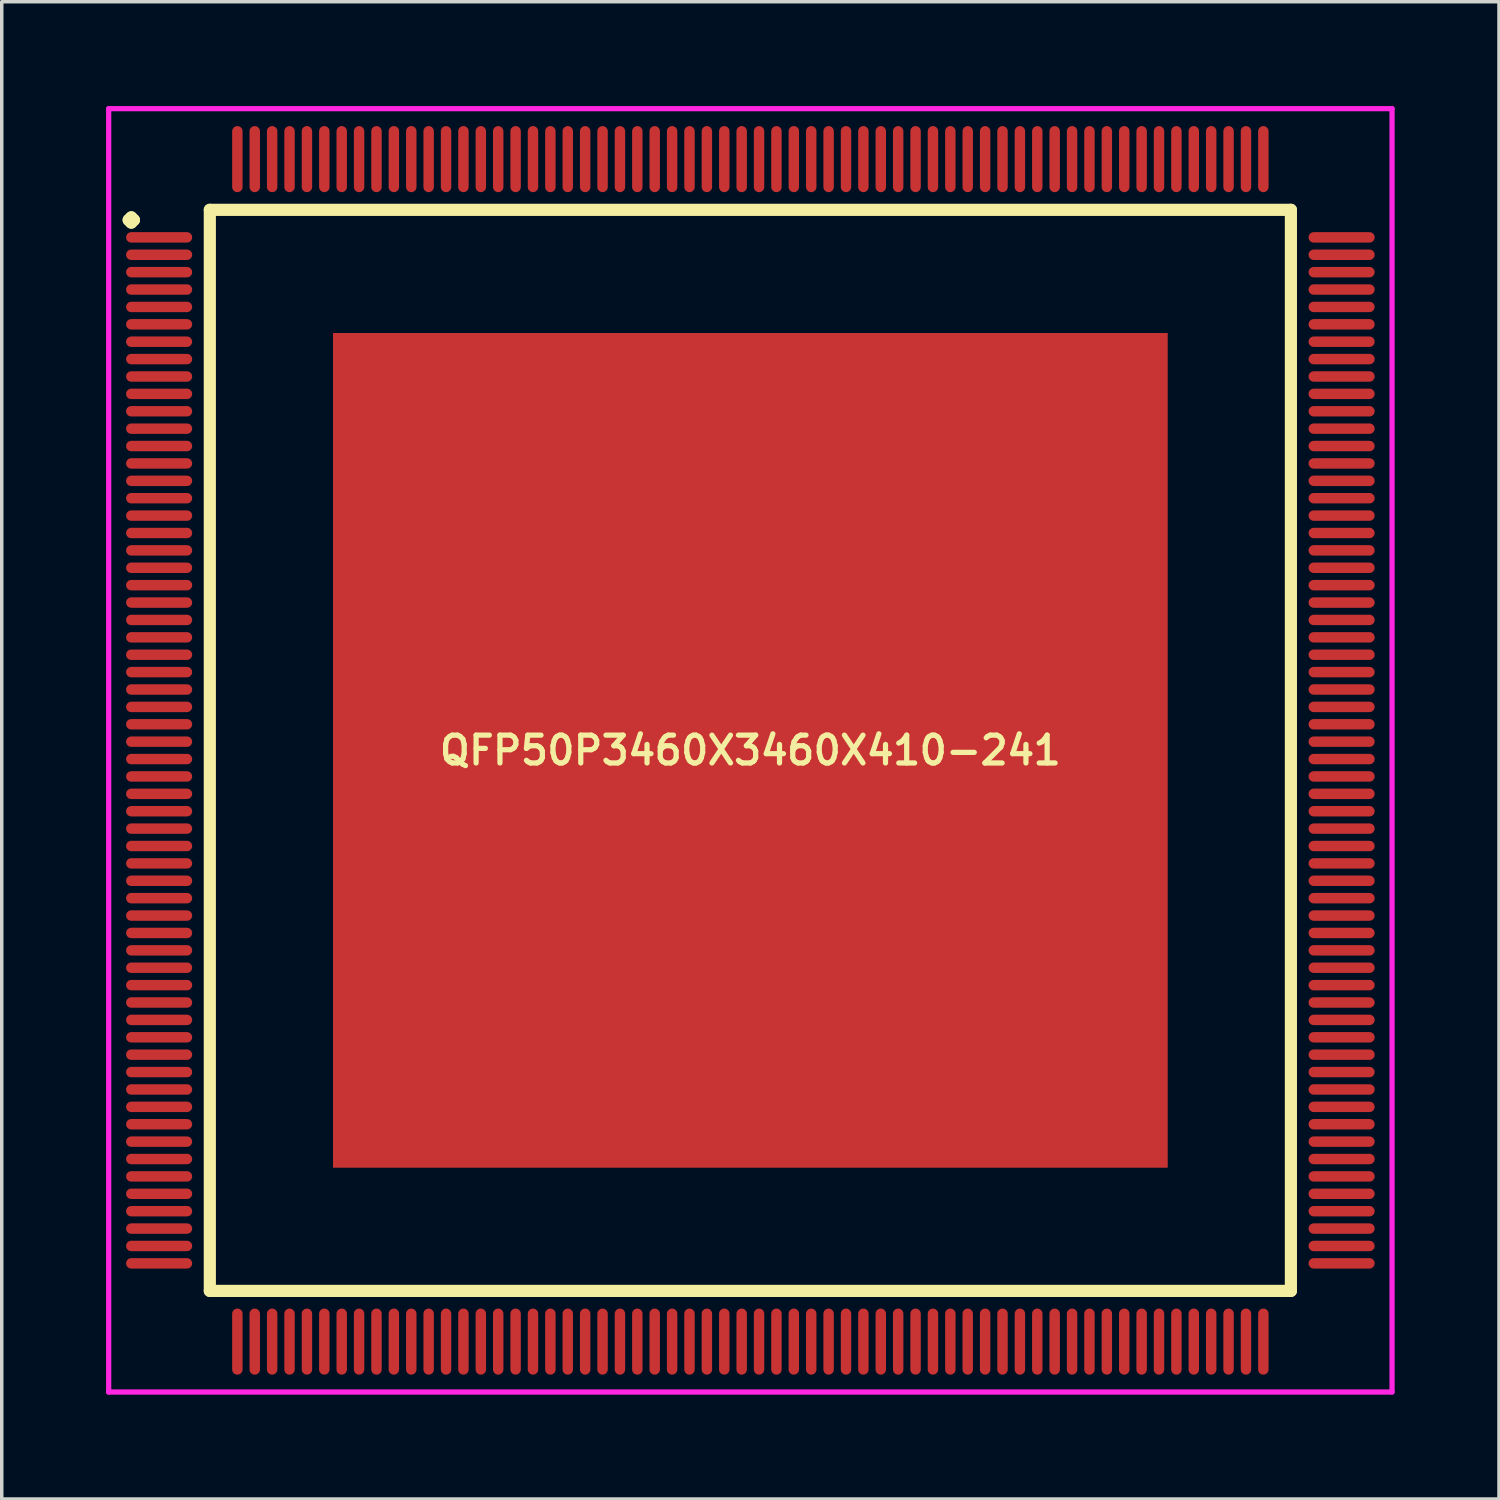
<source format=kicad_pcb>
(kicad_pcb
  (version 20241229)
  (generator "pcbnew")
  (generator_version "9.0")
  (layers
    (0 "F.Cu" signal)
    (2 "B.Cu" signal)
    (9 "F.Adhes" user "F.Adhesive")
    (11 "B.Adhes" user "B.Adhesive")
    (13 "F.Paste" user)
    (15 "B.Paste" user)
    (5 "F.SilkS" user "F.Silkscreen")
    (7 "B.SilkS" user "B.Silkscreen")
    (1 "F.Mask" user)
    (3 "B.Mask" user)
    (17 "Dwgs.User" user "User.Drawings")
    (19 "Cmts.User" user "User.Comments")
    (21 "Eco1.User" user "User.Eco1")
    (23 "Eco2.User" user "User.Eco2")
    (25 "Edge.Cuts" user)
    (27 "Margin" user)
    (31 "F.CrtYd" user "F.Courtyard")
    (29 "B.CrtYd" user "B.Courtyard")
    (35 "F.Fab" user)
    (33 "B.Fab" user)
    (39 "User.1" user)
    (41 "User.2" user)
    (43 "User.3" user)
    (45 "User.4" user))
  (footprint "QFP50P3460X3460X410-241"
    (layer "F.Cu")
    (at 18.525 18.525)
    (property "Reference" "QFP50P3460X3460X410-241" (at 0 0 0) (layer "F.SilkS") (effects (font (size 0.8 0.8) (thickness 0.15))))
    (attr smd)
    (fp_line (start -17.875 -15.25) (end -17.8 -15.325) (stroke (width 0.35) (type solid)) (layer "F.SilkS"))
    (fp_line (start -17.8 -15.325) (end -17.725 -15.25) (stroke (width 0.35) (type solid)) (layer "F.SilkS"))
    (fp_line (start -17.8 -15.175) (end -17.875 -15.25) (stroke (width 0.35) (type solid)) (layer "F.SilkS"))
    (fp_line (start -17.725 -15.25) (end -17.8 -15.175) (stroke (width 0.35) (type solid)) (layer "F.SilkS"))
    (fp_line (start -15.542 -15.542) (end -15.542 15.542) (stroke (width 0.35) (type solid)) (layer "F.SilkS"))
    (fp_line (start -15.542 15.542) (end 15.542 15.542) (stroke (width 0.35) (type solid)) (layer "F.SilkS"))
    (fp_line (start 15.542 -15.542) (end -15.542 -15.542) (stroke (width 0.35) (type solid)) (layer "F.SilkS"))
    (fp_line (start 15.542 15.542) (end 15.542 -15.542) (stroke (width 0.35) (type solid)) (layer "F.SilkS"))
    (fp_line (start -18.45 -18.45) (end 18.45 -18.45) (stroke (width 0.15) (type solid)) (layer "F.CrtYd"))
    (fp_line (start -18.45 18.45) (end -18.45 -18.45) (stroke (width 0.15) (type solid)) (layer "F.CrtYd"))
    (fp_line (start 18.45 -18.45) (end 18.45 18.45) (stroke (width 0.15) (type solid)) (layer "F.CrtYd"))
    (fp_line (start 18.45 18.45) (end -18.45 18.45) (stroke (width 0.15) (type solid)) (layer "F.CrtYd"))
    (pad "1" smd oval (at -17 -14.75) (size 1.9 0.3) (layers "F.Cu" "F.Mask" "F.Paste"))
    (pad "2" smd oval (at -17 -14.25) (size 1.9 0.3) (layers "F.Cu" "F.Mask" "F.Paste"))
    (pad "3" smd oval (at -17 -13.75) (size 1.9 0.3) (layers "F.Cu" "F.Mask" "F.Paste"))
    (pad "4" smd oval (at -17 -13.25) (size 1.9 0.3) (layers "F.Cu" "F.Mask" "F.Paste"))
    (pad "5" smd oval (at -17 -12.75) (size 1.9 0.3) (layers "F.Cu" "F.Mask" "F.Paste"))
    (pad "6" smd oval (at -17 -12.25) (size 1.9 0.3) (layers "F.Cu" "F.Mask" "F.Paste"))
    (pad "7" smd oval (at -17 -11.75) (size 1.9 0.3) (layers "F.Cu" "F.Mask" "F.Paste"))
    (pad "8" smd oval (at -17 -11.25) (size 1.9 0.3) (layers "F.Cu" "F.Mask" "F.Paste"))
    (pad "9" smd oval (at -17 -10.75) (size 1.9 0.3) (layers "F.Cu" "F.Mask" "F.Paste"))
    (pad "10" smd oval (at -17 -10.25) (size 1.9 0.3) (layers "F.Cu" "F.Mask" "F.Paste"))
    (pad "11" smd oval (at -17 -9.75) (size 1.9 0.3) (layers "F.Cu" "F.Mask" "F.Paste"))
    (pad "12" smd oval (at -17 -9.25) (size 1.9 0.3) (layers "F.Cu" "F.Mask" "F.Paste"))
    (pad "13" smd oval (at -17 -8.75) (size 1.9 0.3) (layers "F.Cu" "F.Mask" "F.Paste"))
    (pad "14" smd oval (at -17 -8.25) (size 1.9 0.3) (layers "F.Cu" "F.Mask" "F.Paste"))
    (pad "15" smd oval (at -17 -7.75) (size 1.9 0.3) (layers "F.Cu" "F.Mask" "F.Paste"))
    (pad "16" smd oval (at -17 -7.25) (size 1.9 0.3) (layers "F.Cu" "F.Mask" "F.Paste"))
    (pad "17" smd oval (at -17 -6.75) (size 1.9 0.3) (layers "F.Cu" "F.Mask" "F.Paste"))
    (pad "18" smd oval (at -17 -6.25) (size 1.9 0.3) (layers "F.Cu" "F.Mask" "F.Paste"))
    (pad "19" smd oval (at -17 -5.75) (size 1.9 0.3) (layers "F.Cu" "F.Mask" "F.Paste"))
    (pad "20" smd oval (at -17 -5.25) (size 1.9 0.3) (layers "F.Cu" "F.Mask" "F.Paste"))
    (pad "21" smd oval (at -17 -4.75) (size 1.9 0.3) (layers "F.Cu" "F.Mask" "F.Paste"))
    (pad "22" smd oval (at -17 -4.25) (size 1.9 0.3) (layers "F.Cu" "F.Mask" "F.Paste"))
    (pad "23" smd oval (at -17 -3.75) (size 1.9 0.3) (layers "F.Cu" "F.Mask" "F.Paste"))
    (pad "24" smd oval (at -17 -3.25) (size 1.9 0.3) (layers "F.Cu" "F.Mask" "F.Paste"))
    (pad "25" smd oval (at -17 -2.75) (size 1.9 0.3) (layers "F.Cu" "F.Mask" "F.Paste"))
    (pad "26" smd oval (at -17 -2.25) (size 1.9 0.3) (layers "F.Cu" "F.Mask" "F.Paste"))
    (pad "27" smd oval (at -17 -1.75) (size 1.9 0.3) (layers "F.Cu" "F.Mask" "F.Paste"))
    (pad "28" smd oval (at -17 -1.25) (size 1.9 0.3) (layers "F.Cu" "F.Mask" "F.Paste"))
    (pad "29" smd oval (at -17 -0.75) (size 1.9 0.3) (layers "F.Cu" "F.Mask" "F.Paste"))
    (pad "30" smd oval (at -17 -0.25) (size 1.9 0.3) (layers "F.Cu" "F.Mask" "F.Paste"))
    (pad "31" smd oval (at -17 0.25) (size 1.9 0.3) (layers "F.Cu" "F.Mask" "F.Paste"))
    (pad "32" smd oval (at -17 0.75) (size 1.9 0.3) (layers "F.Cu" "F.Mask" "F.Paste"))
    (pad "33" smd oval (at -17 1.25) (size 1.9 0.3) (layers "F.Cu" "F.Mask" "F.Paste"))
    (pad "34" smd oval (at -17 1.75) (size 1.9 0.3) (layers "F.Cu" "F.Mask" "F.Paste"))
    (pad "35" smd oval (at -17 2.25) (size 1.9 0.3) (layers "F.Cu" "F.Mask" "F.Paste"))
    (pad "36" smd oval (at -17 2.75) (size 1.9 0.3) (layers "F.Cu" "F.Mask" "F.Paste"))
    (pad "37" smd oval (at -17 3.25) (size 1.9 0.3) (layers "F.Cu" "F.Mask" "F.Paste"))
    (pad "38" smd oval (at -17 3.75) (size 1.9 0.3) (layers "F.Cu" "F.Mask" "F.Paste"))
    (pad "39" smd oval (at -17 4.25) (size 1.9 0.3) (layers "F.Cu" "F.Mask" "F.Paste"))
    (pad "40" smd oval (at -17 4.75) (size 1.9 0.3) (layers "F.Cu" "F.Mask" "F.Paste"))
    (pad "41" smd oval (at -17 5.25) (size 1.9 0.3) (layers "F.Cu" "F.Mask" "F.Paste"))
    (pad "42" smd oval (at -17 5.75) (size 1.9 0.3) (layers "F.Cu" "F.Mask" "F.Paste"))
    (pad "43" smd oval (at -17 6.25) (size 1.9 0.3) (layers "F.Cu" "F.Mask" "F.Paste"))
    (pad "44" smd oval (at -17 6.75) (size 1.9 0.3) (layers "F.Cu" "F.Mask" "F.Paste"))
    (pad "45" smd oval (at -17 7.25) (size 1.9 0.3) (layers "F.Cu" "F.Mask" "F.Paste"))
    (pad "46" smd oval (at -17 7.75) (size 1.9 0.3) (layers "F.Cu" "F.Mask" "F.Paste"))
    (pad "47" smd oval (at -17 8.25) (size 1.9 0.3) (layers "F.Cu" "F.Mask" "F.Paste"))
    (pad "48" smd oval (at -17 8.75) (size 1.9 0.3) (layers "F.Cu" "F.Mask" "F.Paste"))
    (pad "49" smd oval (at -17 9.25) (size 1.9 0.3) (layers "F.Cu" "F.Mask" "F.Paste"))
    (pad "50" smd oval (at -17 9.75) (size 1.9 0.3) (layers "F.Cu" "F.Mask" "F.Paste"))
    (pad "51" smd oval (at -17 10.25) (size 1.9 0.3) (layers "F.Cu" "F.Mask" "F.Paste"))
    (pad "52" smd oval (at -17 10.75) (size 1.9 0.3) (layers "F.Cu" "F.Mask" "F.Paste"))
    (pad "53" smd oval (at -17 11.25) (size 1.9 0.3) (layers "F.Cu" "F.Mask" "F.Paste"))
    (pad "54" smd oval (at -17 11.75) (size 1.9 0.3) (layers "F.Cu" "F.Mask" "F.Paste"))
    (pad "55" smd oval (at -17 12.25) (size 1.9 0.3) (layers "F.Cu" "F.Mask" "F.Paste"))
    (pad "56" smd oval (at -17 12.75) (size 1.9 0.3) (layers "F.Cu" "F.Mask" "F.Paste"))
    (pad "57" smd oval (at -17 13.25) (size 1.9 0.3) (layers "F.Cu" "F.Mask" "F.Paste"))
    (pad "58" smd oval (at -17 13.75) (size 1.9 0.3) (layers "F.Cu" "F.Mask" "F.Paste"))
    (pad "59" smd oval (at -17 14.25) (size 1.9 0.3) (layers "F.Cu" "F.Mask" "F.Paste"))
    (pad "60" smd oval (at -17 14.75) (size 1.9 0.3) (layers "F.Cu" "F.Mask" "F.Paste"))
    (pad "61" smd oval (at -14.75 17) (size 0.3 1.9) (layers "F.Cu" "F.Mask" "F.Paste"))
    (pad "62" smd oval (at -14.25 17) (size 0.3 1.9) (layers "F.Cu" "F.Mask" "F.Paste"))
    (pad "63" smd oval (at -13.75 17) (size 0.3 1.9) (layers "F.Cu" "F.Mask" "F.Paste"))
    (pad "64" smd oval (at -13.25 17) (size 0.3 1.9) (layers "F.Cu" "F.Mask" "F.Paste"))
    (pad "65" smd oval (at -12.75 17) (size 0.3 1.9) (layers "F.Cu" "F.Mask" "F.Paste"))
    (pad "66" smd oval (at -12.25 17) (size 0.3 1.9) (layers "F.Cu" "F.Mask" "F.Paste"))
    (pad "67" smd oval (at -11.75 17) (size 0.3 1.9) (layers "F.Cu" "F.Mask" "F.Paste"))
    (pad "68" smd oval (at -11.25 17) (size 0.3 1.9) (layers "F.Cu" "F.Mask" "F.Paste"))
    (pad "69" smd oval (at -10.75 17) (size 0.3 1.9) (layers "F.Cu" "F.Mask" "F.Paste"))
    (pad "70" smd oval (at -10.25 17) (size 0.3 1.9) (layers "F.Cu" "F.Mask" "F.Paste"))
    (pad "71" smd oval (at -9.75 17) (size 0.3 1.9) (layers "F.Cu" "F.Mask" "F.Paste"))
    (pad "72" smd oval (at -9.25 17) (size 0.3 1.9) (layers "F.Cu" "F.Mask" "F.Paste"))
    (pad "73" smd oval (at -8.75 17) (size 0.3 1.9) (layers "F.Cu" "F.Mask" "F.Paste"))
    (pad "74" smd oval (at -8.25 17) (size 0.3 1.9) (layers "F.Cu" "F.Mask" "F.Paste"))
    (pad "75" smd oval (at -7.75 17) (size 0.3 1.9) (layers "F.Cu" "F.Mask" "F.Paste"))
    (pad "76" smd oval (at -7.25 17) (size 0.3 1.9) (layers "F.Cu" "F.Mask" "F.Paste"))
    (pad "77" smd oval (at -6.75 17) (size 0.3 1.9) (layers "F.Cu" "F.Mask" "F.Paste"))
    (pad "78" smd oval (at -6.25 17) (size 0.3 1.9) (layers "F.Cu" "F.Mask" "F.Paste"))
    (pad "79" smd oval (at -5.75 17) (size 0.3 1.9) (layers "F.Cu" "F.Mask" "F.Paste"))
    (pad "80" smd oval (at -5.25 17) (size 0.3 1.9) (layers "F.Cu" "F.Mask" "F.Paste"))
    (pad "81" smd oval (at -4.75 17) (size 0.3 1.9) (layers "F.Cu" "F.Mask" "F.Paste"))
    (pad "82" smd oval (at -4.25 17) (size 0.3 1.9) (layers "F.Cu" "F.Mask" "F.Paste"))
    (pad "83" smd oval (at -3.75 17) (size 0.3 1.9) (layers "F.Cu" "F.Mask" "F.Paste"))
    (pad "84" smd oval (at -3.25 17) (size 0.3 1.9) (layers "F.Cu" "F.Mask" "F.Paste"))
    (pad "85" smd oval (at -2.75 17) (size 0.3 1.9) (layers "F.Cu" "F.Mask" "F.Paste"))
    (pad "86" smd oval (at -2.25 17) (size 0.3 1.9) (layers "F.Cu" "F.Mask" "F.Paste"))
    (pad "87" smd oval (at -1.75 17) (size 0.3 1.9) (layers "F.Cu" "F.Mask" "F.Paste"))
    (pad "88" smd oval (at -1.25 17) (size 0.3 1.9) (layers "F.Cu" "F.Mask" "F.Paste"))
    (pad "89" smd oval (at -0.75 17) (size 0.3 1.9) (layers "F.Cu" "F.Mask" "F.Paste"))
    (pad "90" smd oval (at -0.25 17) (size 0.3 1.9) (layers "F.Cu" "F.Mask" "F.Paste"))
    (pad "91" smd oval (at 0.25 17) (size 0.3 1.9) (layers "F.Cu" "F.Mask" "F.Paste"))
    (pad "92" smd oval (at 0.75 17) (size 0.3 1.9) (layers "F.Cu" "F.Mask" "F.Paste"))
    (pad "93" smd oval (at 1.25 17) (size 0.3 1.9) (layers "F.Cu" "F.Mask" "F.Paste"))
    (pad "94" smd oval (at 1.75 17) (size 0.3 1.9) (layers "F.Cu" "F.Mask" "F.Paste"))
    (pad "95" smd oval (at 2.25 17) (size 0.3 1.9) (layers "F.Cu" "F.Mask" "F.Paste"))
    (pad "96" smd oval (at 2.75 17) (size 0.3 1.9) (layers "F.Cu" "F.Mask" "F.Paste"))
    (pad "97" smd oval (at 3.25 17) (size 0.3 1.9) (layers "F.Cu" "F.Mask" "F.Paste"))
    (pad "98" smd oval (at 3.75 17) (size 0.3 1.9) (layers "F.Cu" "F.Mask" "F.Paste"))
    (pad "99" smd oval (at 4.25 17) (size 0.3 1.9) (layers "F.Cu" "F.Mask" "F.Paste"))
    (pad "100" smd oval (at 4.75 17) (size 0.3 1.9) (layers "F.Cu" "F.Mask" "F.Paste"))
    (pad "101" smd oval (at 5.25 17) (size 0.3 1.9) (layers "F.Cu" "F.Mask" "F.Paste"))
    (pad "102" smd oval (at 5.75 17) (size 0.3 1.9) (layers "F.Cu" "F.Mask" "F.Paste"))
    (pad "103" smd oval (at 6.25 17) (size 0.3 1.9) (layers "F.Cu" "F.Mask" "F.Paste"))
    (pad "104" smd oval (at 6.75 17) (size 0.3 1.9) (layers "F.Cu" "F.Mask" "F.Paste"))
    (pad "105" smd oval (at 7.25 17) (size 0.3 1.9) (layers "F.Cu" "F.Mask" "F.Paste"))
    (pad "106" smd oval (at 7.75 17) (size 0.3 1.9) (layers "F.Cu" "F.Mask" "F.Paste"))
    (pad "107" smd oval (at 8.25 17) (size 0.3 1.9) (layers "F.Cu" "F.Mask" "F.Paste"))
    (pad "108" smd oval (at 8.75 17) (size 0.3 1.9) (layers "F.Cu" "F.Mask" "F.Paste"))
    (pad "109" smd oval (at 9.25 17) (size 0.3 1.9) (layers "F.Cu" "F.Mask" "F.Paste"))
    (pad "110" smd oval (at 9.75 17) (size 0.3 1.9) (layers "F.Cu" "F.Mask" "F.Paste"))
    (pad "111" smd oval (at 10.25 17) (size 0.3 1.9) (layers "F.Cu" "F.Mask" "F.Paste"))
    (pad "112" smd oval (at 10.75 17) (size 0.3 1.9) (layers "F.Cu" "F.Mask" "F.Paste"))
    (pad "113" smd oval (at 11.25 17) (size 0.3 1.9) (layers "F.Cu" "F.Mask" "F.Paste"))
    (pad "114" smd oval (at 11.75 17) (size 0.3 1.9) (layers "F.Cu" "F.Mask" "F.Paste"))
    (pad "115" smd oval (at 12.25 17) (size 0.3 1.9) (layers "F.Cu" "F.Mask" "F.Paste"))
    (pad "116" smd oval (at 12.75 17) (size 0.3 1.9) (layers "F.Cu" "F.Mask" "F.Paste"))
    (pad "117" smd oval (at 13.25 17) (size 0.3 1.9) (layers "F.Cu" "F.Mask" "F.Paste"))
    (pad "118" smd oval (at 13.75 17) (size 0.3 1.9) (layers "F.Cu" "F.Mask" "F.Paste"))
    (pad "119" smd oval (at 14.25 17) (size 0.3 1.9) (layers "F.Cu" "F.Mask" "F.Paste"))
    (pad "120" smd oval (at 14.75 17) (size 0.3 1.9) (layers "F.Cu" "F.Mask" "F.Paste"))
    (pad "121" smd oval (at 17 14.75) (size 1.9 0.3) (layers "F.Cu" "F.Mask" "F.Paste"))
    (pad "122" smd oval (at 17 14.25) (size 1.9 0.3) (layers "F.Cu" "F.Mask" "F.Paste"))
    (pad "123" smd oval (at 17 13.75) (size 1.9 0.3) (layers "F.Cu" "F.Mask" "F.Paste"))
    (pad "124" smd oval (at 17 13.25) (size 1.9 0.3) (layers "F.Cu" "F.Mask" "F.Paste"))
    (pad "125" smd oval (at 17 12.75) (size 1.9 0.3) (layers "F.Cu" "F.Mask" "F.Paste"))
    (pad "126" smd oval (at 17 12.25) (size 1.9 0.3) (layers "F.Cu" "F.Mask" "F.Paste"))
    (pad "127" smd oval (at 17 11.75) (size 1.9 0.3) (layers "F.Cu" "F.Mask" "F.Paste"))
    (pad "128" smd oval (at 17 11.25) (size 1.9 0.3) (layers "F.Cu" "F.Mask" "F.Paste"))
    (pad "129" smd oval (at 17 10.75) (size 1.9 0.3) (layers "F.Cu" "F.Mask" "F.Paste"))
    (pad "130" smd oval (at 17 10.25) (size 1.9 0.3) (layers "F.Cu" "F.Mask" "F.Paste"))
    (pad "131" smd oval (at 17 9.75) (size 1.9 0.3) (layers "F.Cu" "F.Mask" "F.Paste"))
    (pad "132" smd oval (at 17 9.25) (size 1.9 0.3) (layers "F.Cu" "F.Mask" "F.Paste"))
    (pad "133" smd oval (at 17 8.75) (size 1.9 0.3) (layers "F.Cu" "F.Mask" "F.Paste"))
    (pad "134" smd oval (at 17 8.25) (size 1.9 0.3) (layers "F.Cu" "F.Mask" "F.Paste"))
    (pad "135" smd oval (at 17 7.75) (size 1.9 0.3) (layers "F.Cu" "F.Mask" "F.Paste"))
    (pad "136" smd oval (at 17 7.25) (size 1.9 0.3) (layers "F.Cu" "F.Mask" "F.Paste"))
    (pad "137" smd oval (at 17 6.75) (size 1.9 0.3) (layers "F.Cu" "F.Mask" "F.Paste"))
    (pad "138" smd oval (at 17 6.25) (size 1.9 0.3) (layers "F.Cu" "F.Mask" "F.Paste"))
    (pad "139" smd oval (at 17 5.75) (size 1.9 0.3) (layers "F.Cu" "F.Mask" "F.Paste"))
    (pad "140" smd oval (at 17 5.25) (size 1.9 0.3) (layers "F.Cu" "F.Mask" "F.Paste"))
    (pad "141" smd oval (at 17 4.75) (size 1.9 0.3) (layers "F.Cu" "F.Mask" "F.Paste"))
    (pad "142" smd oval (at 17 4.25) (size 1.9 0.3) (layers "F.Cu" "F.Mask" "F.Paste"))
    (pad "143" smd oval (at 17 3.75) (size 1.9 0.3) (layers "F.Cu" "F.Mask" "F.Paste"))
    (pad "144" smd oval (at 17 3.25) (size 1.9 0.3) (layers "F.Cu" "F.Mask" "F.Paste"))
    (pad "145" smd oval (at 17 2.75) (size 1.9 0.3) (layers "F.Cu" "F.Mask" "F.Paste"))
    (pad "146" smd oval (at 17 2.25) (size 1.9 0.3) (layers "F.Cu" "F.Mask" "F.Paste"))
    (pad "147" smd oval (at 17 1.75) (size 1.9 0.3) (layers "F.Cu" "F.Mask" "F.Paste"))
    (pad "148" smd oval (at 17 1.25) (size 1.9 0.3) (layers "F.Cu" "F.Mask" "F.Paste"))
    (pad "149" smd oval (at 17 0.75) (size 1.9 0.3) (layers "F.Cu" "F.Mask" "F.Paste"))
    (pad "150" smd oval (at 17 0.25) (size 1.9 0.3) (layers "F.Cu" "F.Mask" "F.Paste"))
    (pad "151" smd oval (at 17 -0.25) (size 1.9 0.3) (layers "F.Cu" "F.Mask" "F.Paste"))
    (pad "152" smd oval (at 17 -0.75) (size 1.9 0.3) (layers "F.Cu" "F.Mask" "F.Paste"))
    (pad "153" smd oval (at 17 -1.25) (size 1.9 0.3) (layers "F.Cu" "F.Mask" "F.Paste"))
    (pad "154" smd oval (at 17 -1.75) (size 1.9 0.3) (layers "F.Cu" "F.Mask" "F.Paste"))
    (pad "155" smd oval (at 17 -2.25) (size 1.9 0.3) (layers "F.Cu" "F.Mask" "F.Paste"))
    (pad "156" smd oval (at 17 -2.75) (size 1.9 0.3) (layers "F.Cu" "F.Mask" "F.Paste"))
    (pad "157" smd oval (at 17 -3.25) (size 1.9 0.3) (layers "F.Cu" "F.Mask" "F.Paste"))
    (pad "158" smd oval (at 17 -3.75) (size 1.9 0.3) (layers "F.Cu" "F.Mask" "F.Paste"))
    (pad "159" smd oval (at 17 -4.25) (size 1.9 0.3) (layers "F.Cu" "F.Mask" "F.Paste"))
    (pad "160" smd oval (at 17 -4.75) (size 1.9 0.3) (layers "F.Cu" "F.Mask" "F.Paste"))
    (pad "161" smd oval (at 17 -5.25) (size 1.9 0.3) (layers "F.Cu" "F.Mask" "F.Paste"))
    (pad "162" smd oval (at 17 -5.75) (size 1.9 0.3) (layers "F.Cu" "F.Mask" "F.Paste"))
    (pad "163" smd oval (at 17 -6.25) (size 1.9 0.3) (layers "F.Cu" "F.Mask" "F.Paste"))
    (pad "164" smd oval (at 17 -6.75) (size 1.9 0.3) (layers "F.Cu" "F.Mask" "F.Paste"))
    (pad "165" smd oval (at 17 -7.25) (size 1.9 0.3) (layers "F.Cu" "F.Mask" "F.Paste"))
    (pad "166" smd oval (at 17 -7.75) (size 1.9 0.3) (layers "F.Cu" "F.Mask" "F.Paste"))
    (pad "167" smd oval (at 17 -8.25) (size 1.9 0.3) (layers "F.Cu" "F.Mask" "F.Paste"))
    (pad "168" smd oval (at 17 -8.75) (size 1.9 0.3) (layers "F.Cu" "F.Mask" "F.Paste"))
    (pad "169" smd oval (at 17 -9.25) (size 1.9 0.3) (layers "F.Cu" "F.Mask" "F.Paste"))
    (pad "170" smd oval (at 17 -9.75) (size 1.9 0.3) (layers "F.Cu" "F.Mask" "F.Paste"))
    (pad "171" smd oval (at 17 -10.25) (size 1.9 0.3) (layers "F.Cu" "F.Mask" "F.Paste"))
    (pad "172" smd oval (at 17 -10.75) (size 1.9 0.3) (layers "F.Cu" "F.Mask" "F.Paste"))
    (pad "173" smd oval (at 17 -11.25) (size 1.9 0.3) (layers "F.Cu" "F.Mask" "F.Paste"))
    (pad "174" smd oval (at 17 -11.75) (size 1.9 0.3) (layers "F.Cu" "F.Mask" "F.Paste"))
    (pad "175" smd oval (at 17 -12.25) (size 1.9 0.3) (layers "F.Cu" "F.Mask" "F.Paste"))
    (pad "176" smd oval (at 17 -12.75) (size 1.9 0.3) (layers "F.Cu" "F.Mask" "F.Paste"))
    (pad "177" smd oval (at 17 -13.25) (size 1.9 0.3) (layers "F.Cu" "F.Mask" "F.Paste"))
    (pad "178" smd oval (at 17 -13.75) (size 1.9 0.3) (layers "F.Cu" "F.Mask" "F.Paste"))
    (pad "179" smd oval (at 17 -14.25) (size 1.9 0.3) (layers "F.Cu" "F.Mask" "F.Paste"))
    (pad "180" smd oval (at 17 -14.75) (size 1.9 0.3) (layers "F.Cu" "F.Mask" "F.Paste"))
    (pad "181" smd oval (at 14.75 -17) (size 0.3 1.9) (layers "F.Cu" "F.Mask" "F.Paste"))
    (pad "182" smd oval (at 14.25 -17) (size 0.3 1.9) (layers "F.Cu" "F.Mask" "F.Paste"))
    (pad "183" smd oval (at 13.75 -17) (size 0.3 1.9) (layers "F.Cu" "F.Mask" "F.Paste"))
    (pad "184" smd oval (at 13.25 -17) (size 0.3 1.9) (layers "F.Cu" "F.Mask" "F.Paste"))
    (pad "185" smd oval (at 12.75 -17) (size 0.3 1.9) (layers "F.Cu" "F.Mask" "F.Paste"))
    (pad "186" smd oval (at 12.25 -17) (size 0.3 1.9) (layers "F.Cu" "F.Mask" "F.Paste"))
    (pad "187" smd oval (at 11.75 -17) (size 0.3 1.9) (layers "F.Cu" "F.Mask" "F.Paste"))
    (pad "188" smd oval (at 11.25 -17) (size 0.3 1.9) (layers "F.Cu" "F.Mask" "F.Paste"))
    (pad "189" smd oval (at 10.75 -17) (size 0.3 1.9) (layers "F.Cu" "F.Mask" "F.Paste"))
    (pad "190" smd oval (at 10.25 -17) (size 0.3 1.9) (layers "F.Cu" "F.Mask" "F.Paste"))
    (pad "191" smd oval (at 9.75 -17) (size 0.3 1.9) (layers "F.Cu" "F.Mask" "F.Paste"))
    (pad "192" smd oval (at 9.25 -17) (size 0.3 1.9) (layers "F.Cu" "F.Mask" "F.Paste"))
    (pad "193" smd oval (at 8.75 -17) (size 0.3 1.9) (layers "F.Cu" "F.Mask" "F.Paste"))
    (pad "194" smd oval (at 8.25 -17) (size 0.3 1.9) (layers "F.Cu" "F.Mask" "F.Paste"))
    (pad "195" smd oval (at 7.75 -17) (size 0.3 1.9) (layers "F.Cu" "F.Mask" "F.Paste"))
    (pad "196" smd oval (at 7.25 -17) (size 0.3 1.9) (layers "F.Cu" "F.Mask" "F.Paste"))
    (pad "197" smd oval (at 6.75 -17) (size 0.3 1.9) (layers "F.Cu" "F.Mask" "F.Paste"))
    (pad "198" smd oval (at 6.25 -17) (size 0.3 1.9) (layers "F.Cu" "F.Mask" "F.Paste"))
    (pad "199" smd oval (at 5.75 -17) (size 0.3 1.9) (layers "F.Cu" "F.Mask" "F.Paste"))
    (pad "200" smd oval (at 5.25 -17) (size 0.3 1.9) (layers "F.Cu" "F.Mask" "F.Paste"))
    (pad "201" smd oval (at 4.75 -17) (size 0.3 1.9) (layers "F.Cu" "F.Mask" "F.Paste"))
    (pad "202" smd oval (at 4.25 -17) (size 0.3 1.9) (layers "F.Cu" "F.Mask" "F.Paste"))
    (pad "203" smd oval (at 3.75 -17) (size 0.3 1.9) (layers "F.Cu" "F.Mask" "F.Paste"))
    (pad "204" smd oval (at 3.25 -17) (size 0.3 1.9) (layers "F.Cu" "F.Mask" "F.Paste"))
    (pad "205" smd oval (at 2.75 -17) (size 0.3 1.9) (layers "F.Cu" "F.Mask" "F.Paste"))
    (pad "206" smd oval (at 2.25 -17) (size 0.3 1.9) (layers "F.Cu" "F.Mask" "F.Paste"))
    (pad "207" smd oval (at 1.75 -17) (size 0.3 1.9) (layers "F.Cu" "F.Mask" "F.Paste"))
    (pad "208" smd oval (at 1.25 -17) (size 0.3 1.9) (layers "F.Cu" "F.Mask" "F.Paste"))
    (pad "209" smd oval (at 0.75 -17) (size 0.3 1.9) (layers "F.Cu" "F.Mask" "F.Paste"))
    (pad "210" smd oval (at 0.25 -17) (size 0.3 1.9) (layers "F.Cu" "F.Mask" "F.Paste"))
    (pad "211" smd oval (at -0.25 -17) (size 0.3 1.9) (layers "F.Cu" "F.Mask" "F.Paste"))
    (pad "212" smd oval (at -0.75 -17) (size 0.3 1.9) (layers "F.Cu" "F.Mask" "F.Paste"))
    (pad "213" smd oval (at -1.25 -17) (size 0.3 1.9) (layers "F.Cu" "F.Mask" "F.Paste"))
    (pad "214" smd oval (at -1.75 -17) (size 0.3 1.9) (layers "F.Cu" "F.Mask" "F.Paste"))
    (pad "215" smd oval (at -2.25 -17) (size 0.3 1.9) (layers "F.Cu" "F.Mask" "F.Paste"))
    (pad "216" smd oval (at -2.75 -17) (size 0.3 1.9) (layers "F.Cu" "F.Mask" "F.Paste"))
    (pad "217" smd oval (at -3.25 -17) (size 0.3 1.9) (layers "F.Cu" "F.Mask" "F.Paste"))
    (pad "218" smd oval (at -3.75 -17) (size 0.3 1.9) (layers "F.Cu" "F.Mask" "F.Paste"))
    (pad "219" smd oval (at -4.25 -17) (size 0.3 1.9) (layers "F.Cu" "F.Mask" "F.Paste"))
    (pad "220" smd oval (at -4.75 -17) (size 0.3 1.9) (layers "F.Cu" "F.Mask" "F.Paste"))
    (pad "221" smd oval (at -5.25 -17) (size 0.3 1.9) (layers "F.Cu" "F.Mask" "F.Paste"))
    (pad "222" smd oval (at -5.75 -17) (size 0.3 1.9) (layers "F.Cu" "F.Mask" "F.Paste"))
    (pad "223" smd oval (at -6.25 -17) (size 0.3 1.9) (layers "F.Cu" "F.Mask" "F.Paste"))
    (pad "224" smd oval (at -6.75 -17) (size 0.3 1.9) (layers "F.Cu" "F.Mask" "F.Paste"))
    (pad "225" smd oval (at -7.25 -17) (size 0.3 1.9) (layers "F.Cu" "F.Mask" "F.Paste"))
    (pad "226" smd oval (at -7.75 -17) (size 0.3 1.9) (layers "F.Cu" "F.Mask" "F.Paste"))
    (pad "227" smd oval (at -8.25 -17) (size 0.3 1.9) (layers "F.Cu" "F.Mask" "F.Paste"))
    (pad "228" smd oval (at -8.75 -17) (size 0.3 1.9) (layers "F.Cu" "F.Mask" "F.Paste"))
    (pad "229" smd oval (at -9.25 -17) (size 0.3 1.9) (layers "F.Cu" "F.Mask" "F.Paste"))
    (pad "230" smd oval (at -9.75 -17) (size 0.3 1.9) (layers "F.Cu" "F.Mask" "F.Paste"))
    (pad "231" smd oval (at -10.25 -17) (size 0.3 1.9) (layers "F.Cu" "F.Mask" "F.Paste"))
    (pad "232" smd oval (at -10.75 -17) (size 0.3 1.9) (layers "F.Cu" "F.Mask" "F.Paste"))
    (pad "233" smd oval (at -11.25 -17) (size 0.3 1.9) (layers "F.Cu" "F.Mask" "F.Paste"))
    (pad "234" smd oval (at -11.75 -17) (size 0.3 1.9) (layers "F.Cu" "F.Mask" "F.Paste"))
    (pad "235" smd oval (at -12.25 -17) (size 0.3 1.9) (layers "F.Cu" "F.Mask" "F.Paste"))
    (pad "236" smd oval (at -12.75 -17) (size 0.3 1.9) (layers "F.Cu" "F.Mask" "F.Paste"))
    (pad "237" smd oval (at -13.25 -17) (size 0.3 1.9) (layers "F.Cu" "F.Mask" "F.Paste"))
    (pad "238" smd oval (at -13.75 -17) (size 0.3 1.9) (layers "F.Cu" "F.Mask" "F.Paste"))
    (pad "239" smd oval (at -14.25 -17) (size 0.3 1.9) (layers "F.Cu" "F.Mask" "F.Paste"))
    (pad "240" smd oval (at -14.75 -17) (size 0.3 1.9) (layers "F.Cu" "F.Mask" "F.Paste"))
    (pad "241" smd rect (at 0 0) (size 24 24) (layers "F.Cu" "F.Mask" "F.Paste")))
  (gr_rect
    (start -3 -3)
    (end 40.05 40.05)
    (stroke (width 0.1) (type default))
    (fill no)
    (layer "Edge.Cuts")))
</source>
